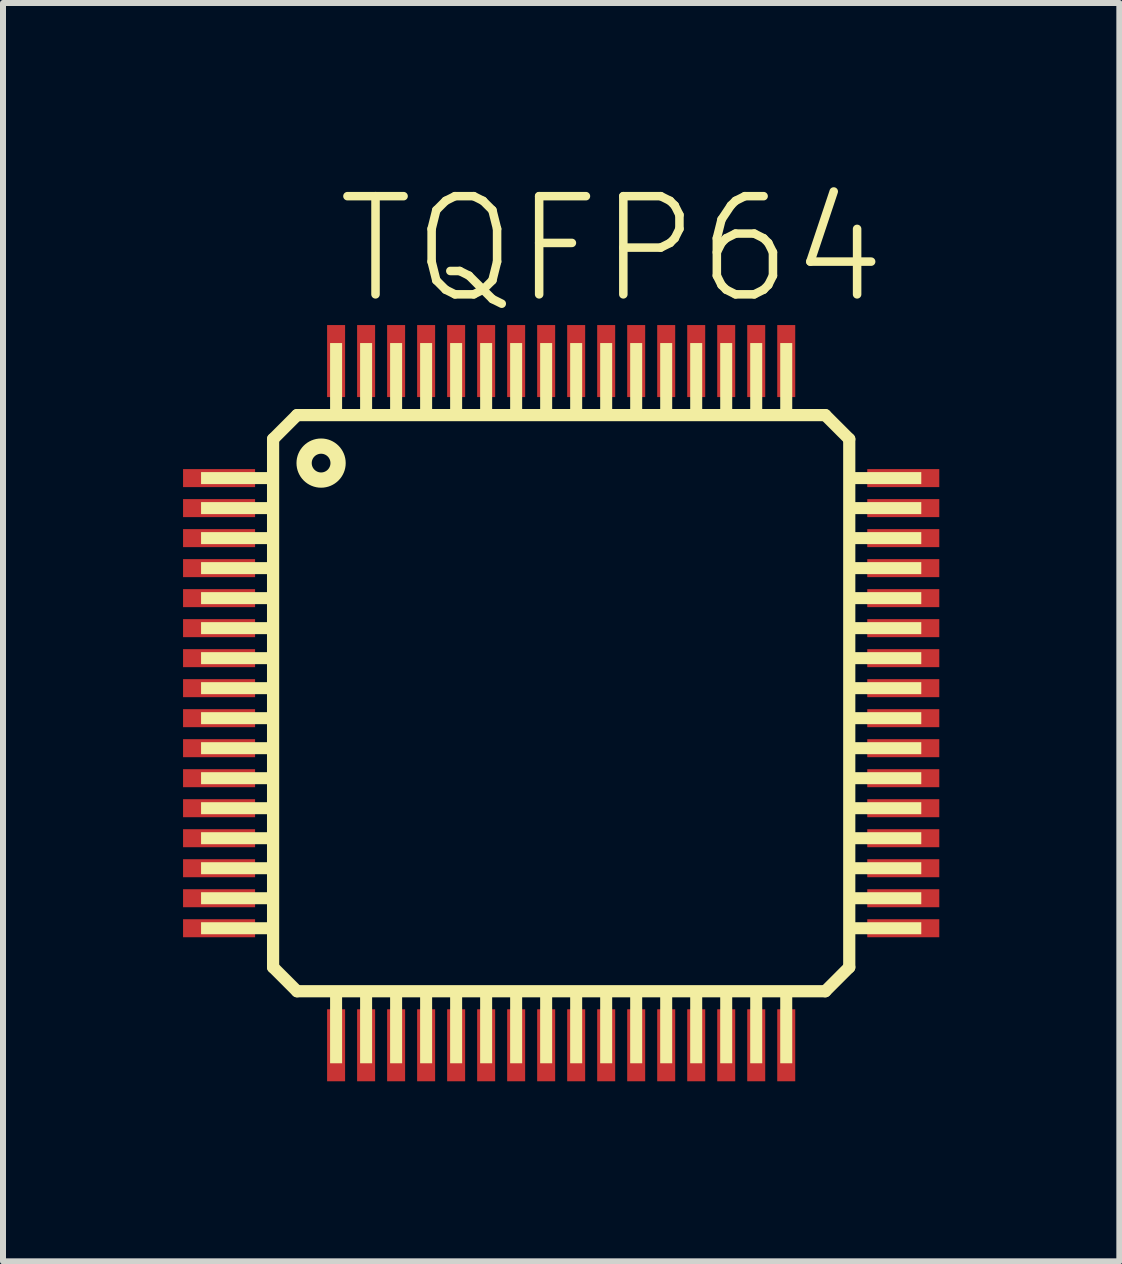
<source format=kicad_pcb>
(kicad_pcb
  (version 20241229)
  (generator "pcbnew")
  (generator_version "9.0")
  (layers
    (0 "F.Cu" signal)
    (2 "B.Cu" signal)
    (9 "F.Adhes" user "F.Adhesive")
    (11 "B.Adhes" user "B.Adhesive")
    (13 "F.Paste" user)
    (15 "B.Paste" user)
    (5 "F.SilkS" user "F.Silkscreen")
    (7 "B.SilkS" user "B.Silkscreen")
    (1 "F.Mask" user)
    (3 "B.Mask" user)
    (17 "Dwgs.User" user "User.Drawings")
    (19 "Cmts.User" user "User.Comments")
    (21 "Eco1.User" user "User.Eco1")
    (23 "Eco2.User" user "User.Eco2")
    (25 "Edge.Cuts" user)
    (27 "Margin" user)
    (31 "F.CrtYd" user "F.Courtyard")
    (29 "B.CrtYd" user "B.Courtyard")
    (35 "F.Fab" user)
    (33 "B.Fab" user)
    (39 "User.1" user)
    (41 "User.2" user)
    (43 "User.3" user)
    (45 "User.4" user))
  (footprint "TQFP64"
    (layer "F.Cu")
    (at 6.3 8.666)
    (property "Reference" "TQFP64" (at -3.81 -6.604 0) (layer "F.SilkS") (effects (font (size 1.636 1.636) (thickness 0.142)) (justify left bottom)))
    (fp_line (start -4.8 -4.4) (end -4.4 -4.8) (stroke (width 0.203) (type solid)) (layer "F.SilkS"))
    (fp_line (start -4.8 4.4) (end -4.8 -4.4) (stroke (width 0.203) (type solid)) (layer "F.SilkS"))
    (fp_line (start -4.4 -4.8) (end 4.4 -4.8) (stroke (width 0.203) (type solid)) (layer "F.SilkS"))
    (fp_line (start -4.4 4.8) (end -4.8 4.4) (stroke (width 0.203) (type solid)) (layer "F.SilkS"))
    (fp_line (start 4.4 -4.8) (end 4.8 -4.4) (stroke (width 0.203) (type solid)) (layer "F.SilkS"))
    (fp_line (start 4.4 4.8) (end -4.4 4.8) (stroke (width 0.203) (type solid)) (layer "F.SilkS"))
    (fp_line (start 4.8 -4.4) (end 4.8 4.4) (stroke (width 0.203) (type solid)) (layer "F.SilkS"))
    (fp_line (start 4.8 4.4) (end 4.4 4.8) (stroke (width 0.203) (type solid)) (layer "F.SilkS"))
    (fp_circle (center -4 -4) (end -3.717 -4) (stroke (width 0.254) (type solid)) (fill no) (layer "F.SilkS"))
    (fp_poly (pts (xy -6 -3.65) (xy -4.8 -3.65) (xy -4.8 -3.85) (xy -6 -3.85)) (stroke (width 0) (type solid)) (fill yes) (layer "F.SilkS"))
    (fp_poly (pts (xy -6 -3.15) (xy -4.8 -3.15) (xy -4.8 -3.35) (xy -6 -3.35)) (stroke (width 0) (type solid)) (fill yes) (layer "F.SilkS"))
    (fp_poly (pts (xy -6 -2.65) (xy -4.8 -2.65) (xy -4.8 -2.85) (xy -6 -2.85)) (stroke (width 0) (type solid)) (fill yes) (layer "F.SilkS"))
    (fp_poly (pts (xy -6 -2.15) (xy -4.8 -2.15) (xy -4.8 -2.35) (xy -6 -2.35)) (stroke (width 0) (type solid)) (fill yes) (layer "F.SilkS"))
    (fp_poly (pts (xy -6 -1.65) (xy -4.8 -1.65) (xy -4.8 -1.85) (xy -6 -1.85)) (stroke (width 0) (type solid)) (fill yes) (layer "F.SilkS"))
    (fp_poly (pts (xy -6 -1.15) (xy -4.8 -1.15) (xy -4.8 -1.35) (xy -6 -1.35)) (stroke (width 0) (type solid)) (fill yes) (layer "F.SilkS"))
    (fp_poly (pts (xy -6 -0.65) (xy -4.8 -0.65) (xy -4.8 -0.85) (xy -6 -0.85)) (stroke (width 0) (type solid)) (fill yes) (layer "F.SilkS"))
    (fp_poly (pts (xy -6 -0.15) (xy -4.8 -0.15) (xy -4.8 -0.35) (xy -6 -0.35)) (stroke (width 0) (type solid)) (fill yes) (layer "F.SilkS"))
    (fp_poly (pts (xy -6 0.35) (xy -4.8 0.35) (xy -4.8 0.15) (xy -6 0.15)) (stroke (width 0) (type solid)) (fill yes) (layer "F.SilkS"))
    (fp_poly (pts (xy -6 0.85) (xy -4.8 0.85) (xy -4.8 0.65) (xy -6 0.65)) (stroke (width 0) (type solid)) (fill yes) (layer "F.SilkS"))
    (fp_poly (pts (xy -6 1.35) (xy -4.8 1.35) (xy -4.8 1.15) (xy -6 1.15)) (stroke (width 0) (type solid)) (fill yes) (layer "F.SilkS"))
    (fp_poly (pts (xy -6 1.85) (xy -4.8 1.85) (xy -4.8 1.65) (xy -6 1.65)) (stroke (width 0) (type solid)) (fill yes) (layer "F.SilkS"))
    (fp_poly (pts (xy -6 2.35) (xy -4.8 2.35) (xy -4.8 2.15) (xy -6 2.15)) (stroke (width 0) (type solid)) (fill yes) (layer "F.SilkS"))
    (fp_poly (pts (xy -6 2.85) (xy -4.8 2.85) (xy -4.8 2.65) (xy -6 2.65)) (stroke (width 0) (type solid)) (fill yes) (layer "F.SilkS"))
    (fp_poly (pts (xy -6 3.35) (xy -4.8 3.35) (xy -4.8 3.15) (xy -6 3.15)) (stroke (width 0) (type solid)) (fill yes) (layer "F.SilkS"))
    (fp_poly (pts (xy -6 3.85) (xy -4.8 3.85) (xy -4.8 3.65) (xy -6 3.65)) (stroke (width 0) (type solid)) (fill yes) (layer "F.SilkS"))
    (fp_poly (pts (xy -3.85 -4.8) (xy -3.65 -4.8) (xy -3.65 -6) (xy -3.85 -6)) (stroke (width 0) (type solid)) (fill yes) (layer "F.SilkS"))
    (fp_poly (pts (xy -3.85 6) (xy -3.65 6) (xy -3.65 4.8) (xy -3.85 4.8)) (stroke (width 0) (type solid)) (fill yes) (layer "F.SilkS"))
    (fp_poly (pts (xy -3.35 -4.8) (xy -3.15 -4.8) (xy -3.15 -6) (xy -3.35 -6)) (stroke (width 0) (type solid)) (fill yes) (layer "F.SilkS"))
    (fp_poly (pts (xy -3.35 6) (xy -3.15 6) (xy -3.15 4.8) (xy -3.35 4.8)) (stroke (width 0) (type solid)) (fill yes) (layer "F.SilkS"))
    (fp_poly (pts (xy -2.85 -4.8) (xy -2.65 -4.8) (xy -2.65 -6) (xy -2.85 -6)) (stroke (width 0) (type solid)) (fill yes) (layer "F.SilkS"))
    (fp_poly (pts (xy -2.85 6) (xy -2.65 6) (xy -2.65 4.8) (xy -2.85 4.8)) (stroke (width 0) (type solid)) (fill yes) (layer "F.SilkS"))
    (fp_poly (pts (xy -2.35 -4.8) (xy -2.15 -4.8) (xy -2.15 -6) (xy -2.35 -6)) (stroke (width 0) (type solid)) (fill yes) (layer "F.SilkS"))
    (fp_poly (pts (xy -2.35 6) (xy -2.15 6) (xy -2.15 4.8) (xy -2.35 4.8)) (stroke (width 0) (type solid)) (fill yes) (layer "F.SilkS"))
    (fp_poly (pts (xy -1.85 -4.8) (xy -1.65 -4.8) (xy -1.65 -6) (xy -1.85 -6)) (stroke (width 0) (type solid)) (fill yes) (layer "F.SilkS"))
    (fp_poly (pts (xy -1.85 6) (xy -1.65 6) (xy -1.65 4.8) (xy -1.85 4.8)) (stroke (width 0) (type solid)) (fill yes) (layer "F.SilkS"))
    (fp_poly (pts (xy -1.35 -4.8) (xy -1.15 -4.8) (xy -1.15 -6) (xy -1.35 -6)) (stroke (width 0) (type solid)) (fill yes) (layer "F.SilkS"))
    (fp_poly (pts (xy -1.35 6) (xy -1.15 6) (xy -1.15 4.8) (xy -1.35 4.8)) (stroke (width 0) (type solid)) (fill yes) (layer "F.SilkS"))
    (fp_poly (pts (xy -0.85 -4.8) (xy -0.65 -4.8) (xy -0.65 -6) (xy -0.85 -6)) (stroke (width 0) (type solid)) (fill yes) (layer "F.SilkS"))
    (fp_poly (pts (xy -0.85 6) (xy -0.65 6) (xy -0.65 4.8) (xy -0.85 4.8)) (stroke (width 0) (type solid)) (fill yes) (layer "F.SilkS"))
    (fp_poly (pts (xy -0.35 -4.8) (xy -0.15 -4.8) (xy -0.15 -6) (xy -0.35 -6)) (stroke (width 0) (type solid)) (fill yes) (layer "F.SilkS"))
    (fp_poly (pts (xy -0.35 6) (xy -0.15 6) (xy -0.15 4.8) (xy -0.35 4.8)) (stroke (width 0) (type solid)) (fill yes) (layer "F.SilkS"))
    (fp_poly (pts (xy 0.15 -4.8) (xy 0.35 -4.8) (xy 0.35 -6) (xy 0.15 -6)) (stroke (width 0) (type solid)) (fill yes) (layer "F.SilkS"))
    (fp_poly (pts (xy 0.15 6) (xy 0.35 6) (xy 0.35 4.8) (xy 0.15 4.8)) (stroke (width 0) (type solid)) (fill yes) (layer "F.SilkS"))
    (fp_poly (pts (xy 0.65 -4.8) (xy 0.85 -4.8) (xy 0.85 -6) (xy 0.65 -6)) (stroke (width 0) (type solid)) (fill yes) (layer "F.SilkS"))
    (fp_poly (pts (xy 0.65 6) (xy 0.85 6) (xy 0.85 4.8) (xy 0.65 4.8)) (stroke (width 0) (type solid)) (fill yes) (layer "F.SilkS"))
    (fp_poly (pts (xy 1.15 -4.8) (xy 1.35 -4.8) (xy 1.35 -6) (xy 1.15 -6)) (stroke (width 0) (type solid)) (fill yes) (layer "F.SilkS"))
    (fp_poly (pts (xy 1.15 6) (xy 1.35 6) (xy 1.35 4.8) (xy 1.15 4.8)) (stroke (width 0) (type solid)) (fill yes) (layer "F.SilkS"))
    (fp_poly (pts (xy 1.65 -4.8) (xy 1.85 -4.8) (xy 1.85 -6) (xy 1.65 -6)) (stroke (width 0) (type solid)) (fill yes) (layer "F.SilkS"))
    (fp_poly (pts (xy 1.65 6) (xy 1.85 6) (xy 1.85 4.8) (xy 1.65 4.8)) (stroke (width 0) (type solid)) (fill yes) (layer "F.SilkS"))
    (fp_poly (pts (xy 2.15 -4.8) (xy 2.35 -4.8) (xy 2.35 -6) (xy 2.15 -6)) (stroke (width 0) (type solid)) (fill yes) (layer "F.SilkS"))
    (fp_poly (pts (xy 2.15 6) (xy 2.35 6) (xy 2.35 4.8) (xy 2.15 4.8)) (stroke (width 0) (type solid)) (fill yes) (layer "F.SilkS"))
    (fp_poly (pts (xy 2.65 -4.8) (xy 2.85 -4.8) (xy 2.85 -6) (xy 2.65 -6)) (stroke (width 0) (type solid)) (fill yes) (layer "F.SilkS"))
    (fp_poly (pts (xy 2.65 6) (xy 2.85 6) (xy 2.85 4.8) (xy 2.65 4.8)) (stroke (width 0) (type solid)) (fill yes) (layer "F.SilkS"))
    (fp_poly (pts (xy 3.15 -4.8) (xy 3.35 -4.8) (xy 3.35 -6) (xy 3.15 -6)) (stroke (width 0) (type solid)) (fill yes) (layer "F.SilkS"))
    (fp_poly (pts (xy 3.15 6) (xy 3.35 6) (xy 3.35 4.8) (xy 3.15 4.8)) (stroke (width 0) (type solid)) (fill yes) (layer "F.SilkS"))
    (fp_poly (pts (xy 3.65 -4.8) (xy 3.85 -4.8) (xy 3.85 -6) (xy 3.65 -6)) (stroke (width 0) (type solid)) (fill yes) (layer "F.SilkS"))
    (fp_poly (pts (xy 3.65 6) (xy 3.85 6) (xy 3.85 4.8) (xy 3.65 4.8)) (stroke (width 0) (type solid)) (fill yes) (layer "F.SilkS"))
    (fp_poly (pts (xy 4.8 -3.65) (xy 6 -3.65) (xy 6 -3.85) (xy 4.8 -3.85)) (stroke (width 0) (type solid)) (fill yes) (layer "F.SilkS"))
    (fp_poly (pts (xy 4.8 -3.15) (xy 6 -3.15) (xy 6 -3.35) (xy 4.8 -3.35)) (stroke (width 0) (type solid)) (fill yes) (layer "F.SilkS"))
    (fp_poly (pts (xy 4.8 -2.65) (xy 6 -2.65) (xy 6 -2.85) (xy 4.8 -2.85)) (stroke (width 0) (type solid)) (fill yes) (layer "F.SilkS"))
    (fp_poly (pts (xy 4.8 -2.15) (xy 6 -2.15) (xy 6 -2.35) (xy 4.8 -2.35)) (stroke (width 0) (type solid)) (fill yes) (layer "F.SilkS"))
    (fp_poly (pts (xy 4.8 -1.65) (xy 6 -1.65) (xy 6 -1.85) (xy 4.8 -1.85)) (stroke (width 0) (type solid)) (fill yes) (layer "F.SilkS"))
    (fp_poly (pts (xy 4.8 -1.15) (xy 6 -1.15) (xy 6 -1.35) (xy 4.8 -1.35)) (stroke (width 0) (type solid)) (fill yes) (layer "F.SilkS"))
    (fp_poly (pts (xy 4.8 -0.65) (xy 6 -0.65) (xy 6 -0.85) (xy 4.8 -0.85)) (stroke (width 0) (type solid)) (fill yes) (layer "F.SilkS"))
    (fp_poly (pts (xy 4.8 -0.15) (xy 6 -0.15) (xy 6 -0.35) (xy 4.8 -0.35)) (stroke (width 0) (type solid)) (fill yes) (layer "F.SilkS"))
    (fp_poly (pts (xy 4.8 0.35) (xy 6 0.35) (xy 6 0.15) (xy 4.8 0.15)) (stroke (width 0) (type solid)) (fill yes) (layer "F.SilkS"))
    (fp_poly (pts (xy 4.8 0.85) (xy 6 0.85) (xy 6 0.65) (xy 4.8 0.65)) (stroke (width 0) (type solid)) (fill yes) (layer "F.SilkS"))
    (fp_poly (pts (xy 4.8 1.35) (xy 6 1.35) (xy 6 1.15) (xy 4.8 1.15)) (stroke (width 0) (type solid)) (fill yes) (layer "F.SilkS"))
    (fp_poly (pts (xy 4.8 1.85) (xy 6 1.85) (xy 6 1.65) (xy 4.8 1.65)) (stroke (width 0) (type solid)) (fill yes) (layer "F.SilkS"))
    (fp_poly (pts (xy 4.8 2.35) (xy 6 2.35) (xy 6 2.15) (xy 4.8 2.15)) (stroke (width 0) (type solid)) (fill yes) (layer "F.SilkS"))
    (fp_poly (pts (xy 4.8 2.85) (xy 6 2.85) (xy 6 2.65) (xy 4.8 2.65)) (stroke (width 0) (type solid)) (fill yes) (layer "F.SilkS"))
    (fp_poly (pts (xy 4.8 3.35) (xy 6 3.35) (xy 6 3.15) (xy 4.8 3.15)) (stroke (width 0) (type solid)) (fill yes) (layer "F.SilkS"))
    (fp_poly (pts (xy 4.8 3.85) (xy 6 3.85) (xy 6 3.65) (xy 4.8 3.65)) (stroke (width 0) (type solid)) (fill yes) (layer "F.SilkS"))
    (pad "1" smd rect (at -5.7 -3.75) (size 1.2 0.3) (layers "F.Cu" "F.Mask" "F.Paste"))
    (pad "2" smd rect (at -5.7 -3.25) (size 1.2 0.3) (layers "F.Cu" "F.Mask" "F.Paste"))
    (pad "3" smd rect (at -5.7 -2.75) (size 1.2 0.3) (layers "F.Cu" "F.Mask" "F.Paste"))
    (pad "4" smd rect (at -5.7 -2.25) (size 1.2 0.3) (layers "F.Cu" "F.Mask" "F.Paste"))
    (pad "5" smd rect (at -5.7 -1.75) (size 1.2 0.3) (layers "F.Cu" "F.Mask" "F.Paste"))
    (pad "6" smd rect (at -5.7 -1.25) (size 1.2 0.3) (layers "F.Cu" "F.Mask" "F.Paste"))
    (pad "7" smd rect (at -5.7 -0.75) (size 1.2 0.3) (layers "F.Cu" "F.Mask" "F.Paste"))
    (pad "8" smd rect (at -5.7 -0.25) (size 1.2 0.3) (layers "F.Cu" "F.Mask" "F.Paste"))
    (pad "9" smd rect (at -5.7 0.25) (size 1.2 0.3) (layers "F.Cu" "F.Mask" "F.Paste"))
    (pad "10" smd rect (at -5.7 0.75) (size 1.2 0.3) (layers "F.Cu" "F.Mask" "F.Paste"))
    (pad "11" smd rect (at -5.7 1.25) (size 1.2 0.3) (layers "F.Cu" "F.Mask" "F.Paste"))
    (pad "12" smd rect (at -5.7 1.75) (size 1.2 0.3) (layers "F.Cu" "F.Mask" "F.Paste"))
    (pad "13" smd rect (at -5.7 2.25) (size 1.2 0.3) (layers "F.Cu" "F.Mask" "F.Paste"))
    (pad "14" smd rect (at -5.7 2.75) (size 1.2 0.3) (layers "F.Cu" "F.Mask" "F.Paste"))
    (pad "15" smd rect (at -5.7 3.25) (size 1.2 0.3) (layers "F.Cu" "F.Mask" "F.Paste"))
    (pad "16" smd rect (at -5.7 3.75) (size 1.2 0.3) (layers "F.Cu" "F.Mask" "F.Paste"))
    (pad "17" smd rect (at -3.75 5.7) (size 0.3 1.2) (layers "F.Cu" "F.Mask" "F.Paste"))
    (pad "18" smd rect (at -3.25 5.7) (size 0.3 1.2) (layers "F.Cu" "F.Mask" "F.Paste"))
    (pad "19" smd rect (at -2.75 5.7) (size 0.3 1.2) (layers "F.Cu" "F.Mask" "F.Paste"))
    (pad "20" smd rect (at -2.25 5.7) (size 0.3 1.2) (layers "F.Cu" "F.Mask" "F.Paste"))
    (pad "21" smd rect (at -1.75 5.7) (size 0.3 1.2) (layers "F.Cu" "F.Mask" "F.Paste"))
    (pad "22" smd rect (at -1.25 5.7) (size 0.3 1.2) (layers "F.Cu" "F.Mask" "F.Paste"))
    (pad "23" smd rect (at -0.75 5.7) (size 0.3 1.2) (layers "F.Cu" "F.Mask" "F.Paste"))
    (pad "24" smd rect (at -0.25 5.7) (size 0.3 1.2) (layers "F.Cu" "F.Mask" "F.Paste"))
    (pad "25" smd rect (at 0.25 5.7) (size 0.3 1.2) (layers "F.Cu" "F.Mask" "F.Paste"))
    (pad "26" smd rect (at 0.75 5.7) (size 0.3 1.2) (layers "F.Cu" "F.Mask" "F.Paste"))
    (pad "27" smd rect (at 1.25 5.7) (size 0.3 1.2) (layers "F.Cu" "F.Mask" "F.Paste"))
    (pad "28" smd rect (at 1.75 5.7) (size 0.3 1.2) (layers "F.Cu" "F.Mask" "F.Paste"))
    (pad "29" smd rect (at 2.25 5.7) (size 0.3 1.2) (layers "F.Cu" "F.Mask" "F.Paste"))
    (pad "30" smd rect (at 2.75 5.7) (size 0.3 1.2) (layers "F.Cu" "F.Mask" "F.Paste"))
    (pad "31" smd rect (at 3.25 5.7) (size 0.3 1.2) (layers "F.Cu" "F.Mask" "F.Paste"))
    (pad "32" smd rect (at 3.75 5.7) (size 0.3 1.2) (layers "F.Cu" "F.Mask" "F.Paste"))
    (pad "33" smd rect (at 5.7 3.75) (size 1.2 0.3) (layers "F.Cu" "F.Mask" "F.Paste"))
    (pad "34" smd rect (at 5.7 3.25) (size 1.2 0.3) (layers "F.Cu" "F.Mask" "F.Paste"))
    (pad "35" smd rect (at 5.7 2.75) (size 1.2 0.3) (layers "F.Cu" "F.Mask" "F.Paste"))
    (pad "36" smd rect (at 5.7 2.25) (size 1.2 0.3) (layers "F.Cu" "F.Mask" "F.Paste"))
    (pad "37" smd rect (at 5.7 1.75) (size 1.2 0.3) (layers "F.Cu" "F.Mask" "F.Paste"))
    (pad "38" smd rect (at 5.7 1.25) (size 1.2 0.3) (layers "F.Cu" "F.Mask" "F.Paste"))
    (pad "39" smd rect (at 5.7 0.75) (size 1.2 0.3) (layers "F.Cu" "F.Mask" "F.Paste"))
    (pad "40" smd rect (at 5.7 0.25) (size 1.2 0.3) (layers "F.Cu" "F.Mask" "F.Paste"))
    (pad "41" smd rect (at 5.7 -0.25) (size 1.2 0.3) (layers "F.Cu" "F.Mask" "F.Paste"))
    (pad "42" smd rect (at 5.7 -0.75) (size 1.2 0.3) (layers "F.Cu" "F.Mask" "F.Paste"))
    (pad "43" smd rect (at 5.7 -1.25) (size 1.2 0.3) (layers "F.Cu" "F.Mask" "F.Paste"))
    (pad "44" smd rect (at 5.7 -1.75) (size 1.2 0.3) (layers "F.Cu" "F.Mask" "F.Paste"))
    (pad "45" smd rect (at 5.7 -2.25) (size 1.2 0.3) (layers "F.Cu" "F.Mask" "F.Paste"))
    (pad "46" smd rect (at 5.7 -2.75) (size 1.2 0.3) (layers "F.Cu" "F.Mask" "F.Paste"))
    (pad "47" smd rect (at 5.7 -3.25) (size 1.2 0.3) (layers "F.Cu" "F.Mask" "F.Paste"))
    (pad "48" smd rect (at 5.7 -3.75) (size 1.2 0.3) (layers "F.Cu" "F.Mask" "F.Paste"))
    (pad "49" smd rect (at 3.75 -5.7) (size 0.3 1.2) (layers "F.Cu" "F.Mask" "F.Paste"))
    (pad "50" smd rect (at 3.25 -5.7) (size 0.3 1.2) (layers "F.Cu" "F.Mask" "F.Paste"))
    (pad "51" smd rect (at 2.75 -5.7) (size 0.3 1.2) (layers "F.Cu" "F.Mask" "F.Paste"))
    (pad "52" smd rect (at 2.25 -5.7) (size 0.3 1.2) (layers "F.Cu" "F.Mask" "F.Paste"))
    (pad "53" smd rect (at 1.75 -5.7) (size 0.3 1.2) (layers "F.Cu" "F.Mask" "F.Paste"))
    (pad "54" smd rect (at 1.25 -5.7) (size 0.3 1.2) (layers "F.Cu" "F.Mask" "F.Paste"))
    (pad "55" smd rect (at 0.75 -5.7) (size 0.3 1.2) (layers "F.Cu" "F.Mask" "F.Paste"))
    (pad "56" smd rect (at 0.25 -5.7) (size 0.3 1.2) (layers "F.Cu" "F.Mask" "F.Paste"))
    (pad "57" smd rect (at -0.25 -5.7) (size 0.3 1.2) (layers "F.Cu" "F.Mask" "F.Paste"))
    (pad "58" smd rect (at -0.75 -5.7) (size 0.3 1.2) (layers "F.Cu" "F.Mask" "F.Paste"))
    (pad "59" smd rect (at -1.25 -5.7) (size 0.3 1.2) (layers "F.Cu" "F.Mask" "F.Paste"))
    (pad "60" smd rect (at -1.75 -5.7) (size 0.3 1.2) (layers "F.Cu" "F.Mask" "F.Paste"))
    (pad "61" smd rect (at -2.25 -5.7) (size 0.3 1.2) (layers "F.Cu" "F.Mask" "F.Paste"))
    (pad "62" smd rect (at -2.75 -5.7) (size 0.3 1.2) (layers "F.Cu" "F.Mask" "F.Paste"))
    (pad "63" smd rect (at -3.25 -5.7) (size 0.3 1.2) (layers "F.Cu" "F.Mask" "F.Paste"))
    (pad "64" smd rect (at -3.75 -5.7) (size 0.3 1.2) (layers "F.Cu" "F.Mask" "F.Paste")))
  (gr_rect
    (start -3 -3)
    (end 15.6 17.966)
    (stroke (width 0.1) (type default))
    (fill no)
    (layer "Edge.Cuts")))
</source>
